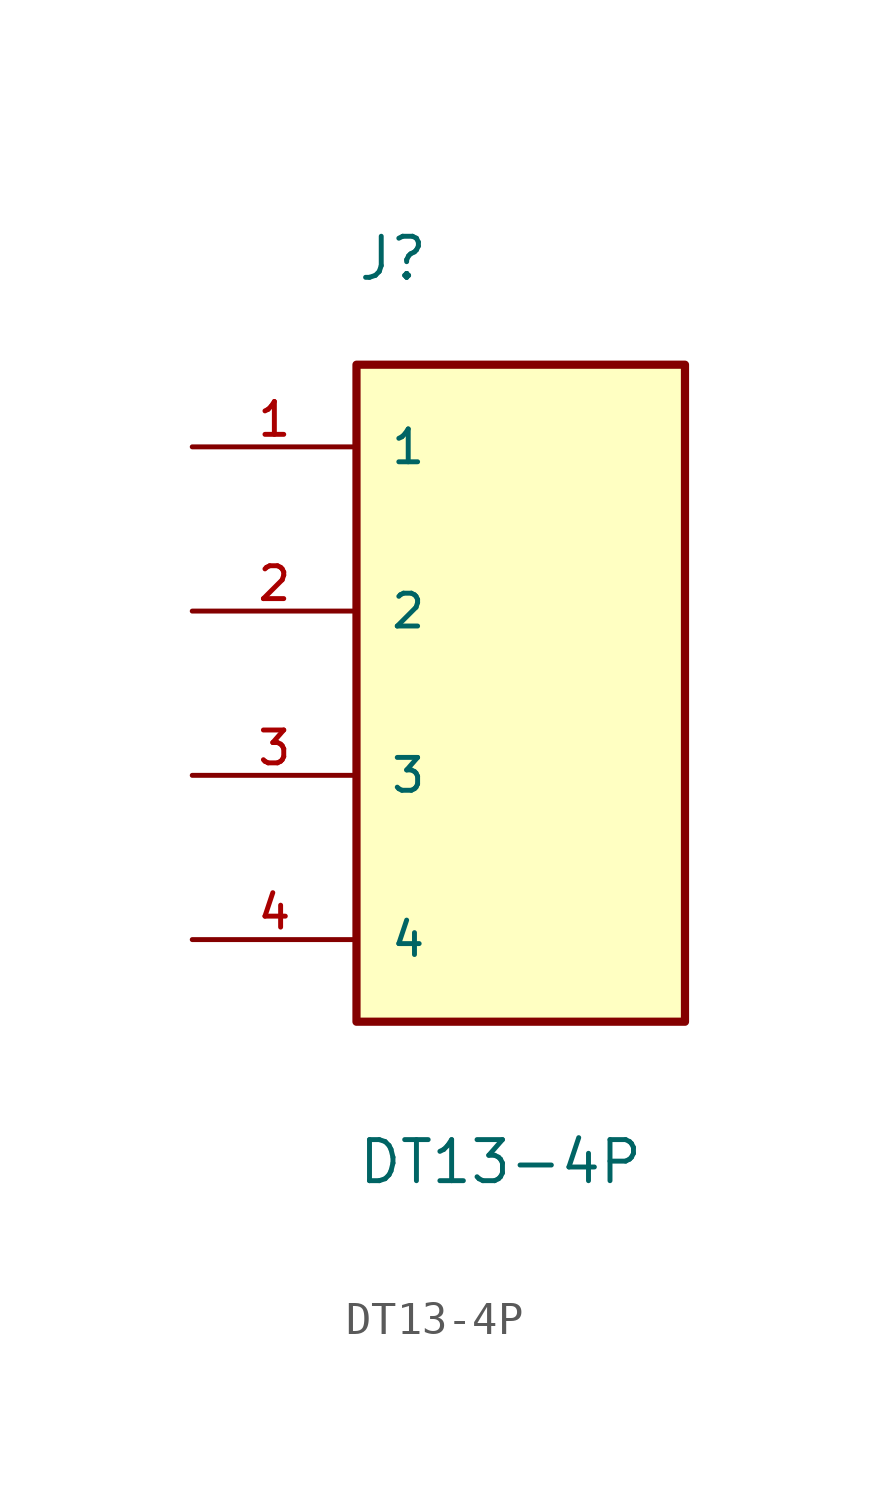
<source format=kicad_sym>
(kicad_symbol_lib
  (version 20241209)
  (generator "kicad_symbol_editor")
  (generator_version "9.0")
  (symbol "DT13-4P"
    (pin_names
      (offset 1.016))
    (property "Reference" "J"
      (at -5.08 12.7 0)
      (effects (font (size 1.27 1.27)) (justify left bottom)))
    (property "Value" "DT13-4P"
      (at -5.08 -15.24 0)
      (effects (font (size 1.27 1.27)) (justify left bottom)))
    (symbol "DT13-4P_0_0"
      (rectangle (start -5.08 -10.16) (end 5.08 10.16) (stroke (width 0.254) (type default)) (fill (type background)))
      (pin passive line (at -10.16 7.62 0) (length 5.08) (name "1" (effects (font (size 1.016 1.016)))) (number "1" (effects (font (size 1.016 1.016)))))
      (pin passive line (at -10.16 2.54 0) (length 5.08) (name "2" (effects (font (size 1.016 1.016)))) (number "2" (effects (font (size 1.016 1.016)))))
      (pin passive line (at -10.16 -2.54 0) (length 5.08) (name "3" (effects (font (size 1.016 1.016)))) (number "3" (effects (font (size 1.016 1.016)))))
      (pin passive line (at -10.16 -7.62 0) (length 5.08) (name "4" (effects (font (size 1.016 1.016)))) (number "4" (effects (font (size 1.016 1.016))))))))
</source>
